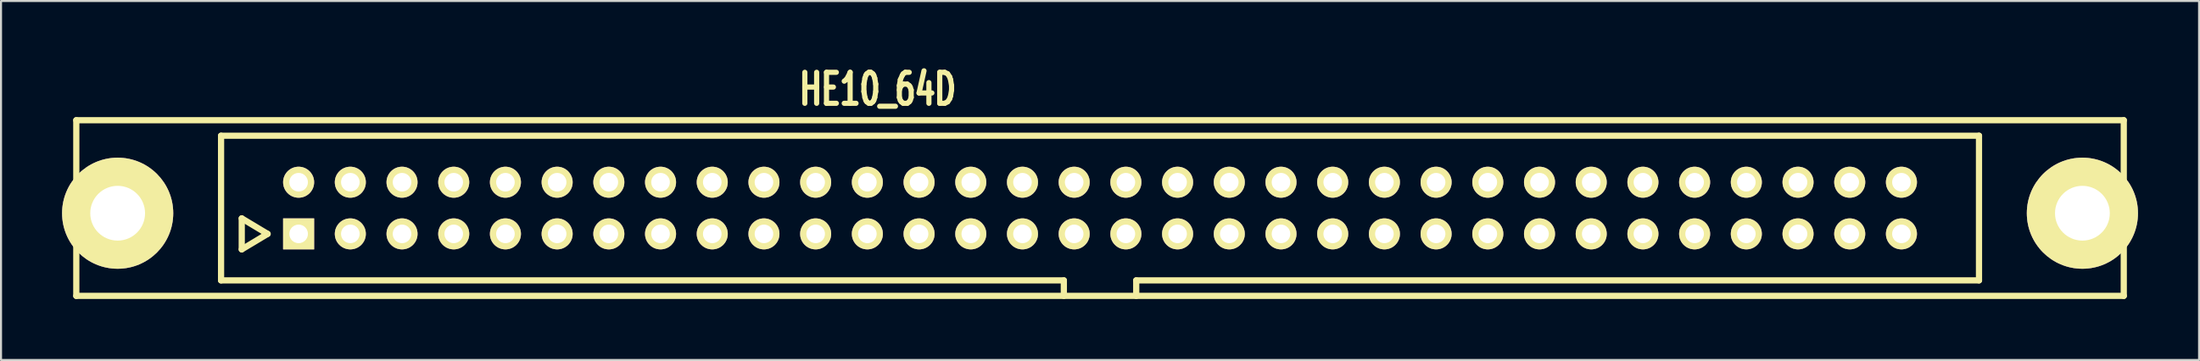
<source format=kicad_pcb>
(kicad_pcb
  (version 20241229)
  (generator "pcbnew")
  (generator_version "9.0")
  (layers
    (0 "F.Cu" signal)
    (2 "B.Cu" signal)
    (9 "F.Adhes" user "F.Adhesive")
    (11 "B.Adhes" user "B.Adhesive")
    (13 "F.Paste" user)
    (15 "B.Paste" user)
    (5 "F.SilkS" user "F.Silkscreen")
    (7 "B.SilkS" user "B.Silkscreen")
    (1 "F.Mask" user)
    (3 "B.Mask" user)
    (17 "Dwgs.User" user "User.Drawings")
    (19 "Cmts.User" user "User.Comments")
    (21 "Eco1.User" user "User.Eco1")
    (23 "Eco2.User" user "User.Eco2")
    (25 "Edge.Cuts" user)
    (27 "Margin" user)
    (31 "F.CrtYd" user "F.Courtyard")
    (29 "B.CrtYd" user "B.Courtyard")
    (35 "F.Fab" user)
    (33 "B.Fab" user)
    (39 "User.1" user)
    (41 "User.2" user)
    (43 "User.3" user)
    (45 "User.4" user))
  (footprint "HE10_64D"
    (layer "F.Cu")
    (at 50.99 7.179)
    (property "Reference" "HE10_64D" (at -10.922 -5.842 0) (layer "F.SilkS") (effects (font (size 1.524 1.016) (thickness 0.305))))
    (attr through_hole)
    (fp_line (start -50.292 -4.318) (end -50.292 4.318) (stroke (width 0.305) (type solid)) (layer "F.SilkS"))
    (fp_line (start -50.292 4.318) (end 50.292 4.318) (stroke (width 0.305) (type solid)) (layer "F.SilkS"))
    (fp_line (start -43.18 -3.556) (end 43.18 -3.556) (stroke (width 0.305) (type solid)) (layer "F.SilkS"))
    (fp_line (start -43.18 3.556) (end -43.18 -3.556) (stroke (width 0.305) (type solid)) (layer "F.SilkS"))
    (fp_line (start -42.164 0.508) (end -42.164 2.032) (stroke (width 0.305) (type solid)) (layer "F.SilkS"))
    (fp_line (start -42.164 2.032) (end -40.894 1.27) (stroke (width 0.305) (type solid)) (layer "F.SilkS"))
    (fp_line (start -40.894 1.27) (end -42.164 0.508) (stroke (width 0.305) (type solid)) (layer "F.SilkS"))
    (fp_line (start -1.778 3.556) (end -43.18 3.556) (stroke (width 0.305) (type solid)) (layer "F.SilkS"))
    (fp_line (start -1.778 4.318) (end -1.778 3.556) (stroke (width 0.305) (type solid)) (layer "F.SilkS"))
    (fp_line (start 1.778 3.556) (end 1.778 4.318) (stroke (width 0.305) (type solid)) (layer "F.SilkS"))
    (fp_line (start 43.18 -3.556) (end 43.18 3.556) (stroke (width 0.305) (type solid)) (layer "F.SilkS"))
    (fp_line (start 43.18 3.556) (end 1.778 3.556) (stroke (width 0.305) (type solid)) (layer "F.SilkS"))
    (fp_line (start 50.292 -4.318) (end -50.292 -4.318) (stroke (width 0.305) (type solid)) (layer "F.SilkS"))
    (fp_line (start 50.292 4.318) (end 50.292 -4.318) (stroke (width 0.305) (type solid)) (layer "F.SilkS"))
    (pad "" thru_hole circle (at -48.26 0.254) (size 5.461 5.461) (drill 2.692) (layers "*.Cu" "*.Mask" "F.SilkS"))
    (pad "" thru_hole circle (at 48.26 0.254) (size 5.461 5.461) (drill 2.692) (layers "*.Cu" "*.Mask" "F.SilkS"))
    (pad "1" thru_hole rect (at -39.37 1.27) (size 1.524 1.524) (drill 0.914) (layers "*.Cu" "*.Mask" "F.SilkS"))
    (pad "2" thru_hole circle (at -39.37 -1.27) (size 1.524 1.524) (drill 0.914) (layers "*.Cu" "*.Mask" "F.SilkS"))
    (pad "3" thru_hole circle (at -36.83 1.27) (size 1.524 1.524) (drill 0.914) (layers "*.Cu" "*.Mask" "F.SilkS"))
    (pad "4" thru_hole circle (at -36.83 -1.27) (size 1.524 1.524) (drill 0.914) (layers "*.Cu" "*.Mask" "F.SilkS"))
    (pad "5" thru_hole circle (at -34.29 1.27) (size 1.524 1.524) (drill 0.914) (layers "*.Cu" "*.Mask" "F.SilkS"))
    (pad "6" thru_hole circle (at -34.29 -1.27) (size 1.524 1.524) (drill 0.914) (layers "*.Cu" "*.Mask" "F.SilkS"))
    (pad "7" thru_hole circle (at -31.75 1.27) (size 1.524 1.524) (drill 0.914) (layers "*.Cu" "*.Mask" "F.SilkS"))
    (pad "8" thru_hole circle (at -31.75 -1.27) (size 1.524 1.524) (drill 0.914) (layers "*.Cu" "*.Mask" "F.SilkS"))
    (pad "9" thru_hole circle (at -29.21 1.27) (size 1.524 1.524) (drill 0.914) (layers "*.Cu" "*.Mask" "F.SilkS"))
    (pad "10" thru_hole circle (at -29.21 -1.27) (size 1.524 1.524) (drill 0.914) (layers "*.Cu" "*.Mask" "F.SilkS"))
    (pad "11" thru_hole circle (at -26.67 1.27) (size 1.524 1.524) (drill 0.914) (layers "*.Cu" "*.Mask" "F.SilkS"))
    (pad "12" thru_hole circle (at -26.67 -1.27) (size 1.524 1.524) (drill 0.914) (layers "*.Cu" "*.Mask" "F.SilkS"))
    (pad "13" thru_hole circle (at -24.13 1.27) (size 1.524 1.524) (drill 0.914) (layers "*.Cu" "*.Mask" "F.SilkS"))
    (pad "14" thru_hole circle (at -24.13 -1.27) (size 1.524 1.524) (drill 0.914) (layers "*.Cu" "*.Mask" "F.SilkS"))
    (pad "15" thru_hole circle (at -21.59 1.27) (size 1.524 1.524) (drill 0.914) (layers "*.Cu" "*.Mask" "F.SilkS"))
    (pad "16" thru_hole circle (at -21.59 -1.27) (size 1.524 1.524) (drill 0.914) (layers "*.Cu" "*.Mask" "F.SilkS"))
    (pad "17" thru_hole circle (at -19.05 1.27) (size 1.524 1.524) (drill 0.914) (layers "*.Cu" "*.Mask" "F.SilkS"))
    (pad "18" thru_hole circle (at -19.05 -1.27) (size 1.524 1.524) (drill 0.914) (layers "*.Cu" "*.Mask" "F.SilkS"))
    (pad "19" thru_hole circle (at -16.51 1.27) (size 1.524 1.524) (drill 0.914) (layers "*.Cu" "*.Mask" "F.SilkS"))
    (pad "20" thru_hole circle (at -16.51 -1.27) (size 1.524 1.524) (drill 0.914) (layers "*.Cu" "*.Mask" "F.SilkS"))
    (pad "21" thru_hole circle (at -13.97 1.27) (size 1.524 1.524) (drill 0.914) (layers "*.Cu" "*.Mask" "F.SilkS"))
    (pad "22" thru_hole circle (at -13.97 -1.27) (size 1.524 1.524) (drill 0.914) (layers "*.Cu" "*.Mask" "F.SilkS"))
    (pad "23" thru_hole circle (at -11.43 1.27) (size 1.524 1.524) (drill 0.914) (layers "*.Cu" "*.Mask" "F.SilkS"))
    (pad "24" thru_hole circle (at -11.43 -1.27) (size 1.524 1.524) (drill 0.914) (layers "*.Cu" "*.Mask" "F.SilkS"))
    (pad "25" thru_hole circle (at -8.89 1.27) (size 1.524 1.524) (drill 0.914) (layers "*.Cu" "*.Mask" "F.SilkS"))
    (pad "26" thru_hole circle (at -8.89 -1.27) (size 1.524 1.524) (drill 0.914) (layers "*.Cu" "*.Mask" "F.SilkS"))
    (pad "27" thru_hole circle (at -6.35 1.27) (size 1.524 1.524) (drill 0.914) (layers "*.Cu" "*.Mask" "F.SilkS"))
    (pad "28" thru_hole circle (at -6.35 -1.27) (size 1.524 1.524) (drill 0.914) (layers "*.Cu" "*.Mask" "F.SilkS"))
    (pad "29" thru_hole circle (at -3.81 1.27) (size 1.524 1.524) (drill 0.914) (layers "*.Cu" "*.Mask" "F.SilkS"))
    (pad "30" thru_hole circle (at -3.81 -1.27) (size 1.524 1.524) (drill 0.914) (layers "*.Cu" "*.Mask" "F.SilkS"))
    (pad "31" thru_hole circle (at -1.27 1.27) (size 1.524 1.524) (drill 0.914) (layers "*.Cu" "*.Mask" "F.SilkS"))
    (pad "32" thru_hole circle (at -1.27 -1.27) (size 1.524 1.524) (drill 0.914) (layers "*.Cu" "*.Mask" "F.SilkS"))
    (pad "33" thru_hole circle (at 1.27 1.27) (size 1.524 1.524) (drill 0.914) (layers "*.Cu" "*.Mask" "F.SilkS"))
    (pad "34" thru_hole circle (at 1.27 -1.27) (size 1.524 1.524) (drill 0.914) (layers "*.Cu" "*.Mask" "F.SilkS"))
    (pad "35" thru_hole circle (at 3.81 1.27) (size 1.524 1.524) (drill 0.914) (layers "*.Cu" "*.Mask" "F.SilkS"))
    (pad "36" thru_hole circle (at 3.81 -1.27) (size 1.524 1.524) (drill 0.914) (layers "*.Cu" "*.Mask" "F.SilkS"))
    (pad "37" thru_hole circle (at 6.35 1.27) (size 1.524 1.524) (drill 0.914) (layers "*.Cu" "*.Mask" "F.SilkS"))
    (pad "38" thru_hole circle (at 6.35 -1.27) (size 1.524 1.524) (drill 0.914) (layers "*.Cu" "*.Mask" "F.SilkS"))
    (pad "39" thru_hole circle (at 8.89 1.27) (size 1.524 1.524) (drill 0.914) (layers "*.Cu" "*.Mask" "F.SilkS"))
    (pad "40" thru_hole circle (at 8.89 -1.27) (size 1.524 1.524) (drill 0.914) (layers "*.Cu" "*.Mask" "F.SilkS"))
    (pad "41" thru_hole circle (at 11.43 1.27) (size 1.524 1.524) (drill 0.914) (layers "*.Cu" "*.Mask" "F.SilkS"))
    (pad "42" thru_hole circle (at 11.43 -1.27) (size 1.524 1.524) (drill 0.914) (layers "*.Cu" "*.Mask" "F.SilkS"))
    (pad "43" thru_hole circle (at 13.97 1.27) (size 1.524 1.524) (drill 0.914) (layers "*.Cu" "*.Mask" "F.SilkS"))
    (pad "44" thru_hole circle (at 13.97 -1.27) (size 1.524 1.524) (drill 0.914) (layers "*.Cu" "*.Mask" "F.SilkS"))
    (pad "45" thru_hole circle (at 16.51 1.27) (size 1.524 1.524) (drill 0.914) (layers "*.Cu" "*.Mask" "F.SilkS"))
    (pad "46" thru_hole circle (at 16.51 -1.27) (size 1.524 1.524) (drill 0.914) (layers "*.Cu" "*.Mask" "F.SilkS"))
    (pad "47" thru_hole circle (at 19.05 1.27) (size 1.524 1.524) (drill 0.914) (layers "*.Cu" "*.Mask" "F.SilkS"))
    (pad "48" thru_hole circle (at 19.05 -1.27) (size 1.524 1.524) (drill 0.914) (layers "*.Cu" "*.Mask" "F.SilkS"))
    (pad "49" thru_hole circle (at 21.59 1.27) (size 1.524 1.524) (drill 0.914) (layers "*.Cu" "*.Mask" "F.SilkS"))
    (pad "50" thru_hole circle (at 21.59 -1.27) (size 1.524 1.524) (drill 0.914) (layers "*.Cu" "*.Mask" "F.SilkS"))
    (pad "51" thru_hole circle (at 24.13 1.27) (size 1.524 1.524) (drill 0.914) (layers "*.Cu" "*.Mask" "F.SilkS"))
    (pad "52" thru_hole circle (at 24.13 -1.27) (size 1.524 1.524) (drill 0.914) (layers "*.Cu" "*.Mask" "F.SilkS"))
    (pad "53" thru_hole circle (at 26.67 1.27) (size 1.524 1.524) (drill 0.914) (layers "*.Cu" "*.Mask" "F.SilkS"))
    (pad "54" thru_hole circle (at 26.67 -1.27) (size 1.524 1.524) (drill 0.914) (layers "*.Cu" "*.Mask" "F.SilkS"))
    (pad "55" thru_hole circle (at 29.21 1.27) (size 1.524 1.524) (drill 0.914) (layers "*.Cu" "*.Mask" "F.SilkS"))
    (pad "56" thru_hole circle (at 29.21 -1.27) (size 1.524 1.524) (drill 0.914) (layers "*.Cu" "*.Mask" "F.SilkS"))
    (pad "57" thru_hole circle (at 31.75 1.27) (size 1.524 1.524) (drill 0.914) (layers "*.Cu" "*.Mask" "F.SilkS"))
    (pad "58" thru_hole circle (at 31.75 -1.27) (size 1.524 1.524) (drill 0.914) (layers "*.Cu" "*.Mask" "F.SilkS"))
    (pad "59" thru_hole circle (at 34.29 1.27) (size 1.524 1.524) (drill 0.914) (layers "*.Cu" "*.Mask" "F.SilkS"))
    (pad "60" thru_hole circle (at 34.29 -1.27) (size 1.524 1.524) (drill 0.914) (layers "*.Cu" "*.Mask" "F.SilkS"))
    (pad "61" thru_hole circle (at 36.83 1.27) (size 1.524 1.524) (drill 0.914) (layers "*.Cu" "*.Mask" "F.SilkS"))
    (pad "62" thru_hole circle (at 36.83 -1.27) (size 1.524 1.524) (drill 0.914) (layers "*.Cu" "*.Mask" "F.SilkS"))
    (pad "63" thru_hole circle (at 39.37 1.27) (size 1.524 1.524) (drill 0.914) (layers "*.Cu" "*.Mask" "F.SilkS"))
    (pad "64" thru_hole circle (at 39.37 -1.27) (size 1.524 1.524) (drill 0.914) (layers "*.Cu" "*.Mask" "F.SilkS")))
  (gr_rect
    (start -3 -3)
    (end 104.981 14.65)
    (stroke (width 0.1) (type default))
    (fill no)
    (layer "Edge.Cuts")))
</source>
